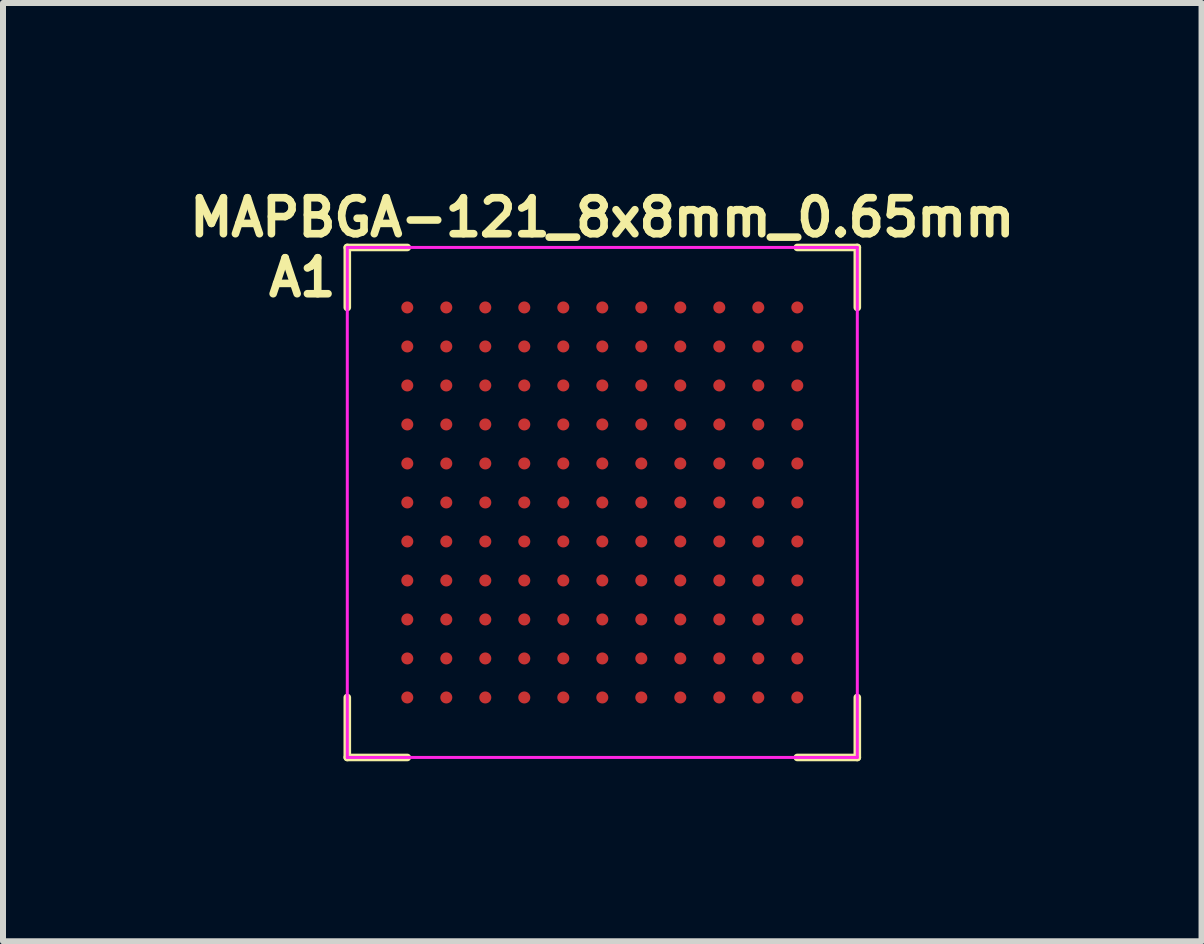
<source format=kicad_pcb>
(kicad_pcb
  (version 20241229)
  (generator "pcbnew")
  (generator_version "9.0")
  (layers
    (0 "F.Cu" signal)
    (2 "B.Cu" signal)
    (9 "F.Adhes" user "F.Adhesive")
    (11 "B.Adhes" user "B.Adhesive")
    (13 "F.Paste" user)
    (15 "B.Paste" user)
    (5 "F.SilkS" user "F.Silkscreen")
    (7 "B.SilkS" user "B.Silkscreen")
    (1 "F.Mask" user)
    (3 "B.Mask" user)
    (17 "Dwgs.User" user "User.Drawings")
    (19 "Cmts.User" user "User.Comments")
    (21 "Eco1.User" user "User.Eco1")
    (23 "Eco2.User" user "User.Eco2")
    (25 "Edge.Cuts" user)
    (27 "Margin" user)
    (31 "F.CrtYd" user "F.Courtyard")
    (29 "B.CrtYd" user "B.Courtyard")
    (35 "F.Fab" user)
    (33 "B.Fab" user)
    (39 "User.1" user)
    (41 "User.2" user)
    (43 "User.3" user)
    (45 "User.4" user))
  (footprint "MAPBGA-121_8x8mm_0.65mm"
    (layer "F.Cu")
    (at 6.988 5.324)
    (property "Reference" "MAPBGA-121_8x8mm_0.65mm" (at 0 -4.75 0) (layer "F.SilkS") (effects (font (size 0.6 0.6) (thickness 0.127))))
    (attr smd)
    (fp_line (start -4.25 -4.25) (end -3.25 -4.25) (stroke (width 0.127) (type solid)) (layer "F.SilkS"))
    (fp_line (start -4.25 -3.25) (end -4.25 -4.25) (stroke (width 0.127) (type solid)) (layer "F.SilkS"))
    (fp_line (start -4.25 4.25) (end -4.25 3.25) (stroke (width 0.127) (type solid)) (layer "F.SilkS"))
    (fp_line (start -3.25 4.25) (end -4.25 4.25) (stroke (width 0.127) (type solid)) (layer "F.SilkS"))
    (fp_line (start 3.25 -4.25) (end 4.25 -4.25) (stroke (width 0.127) (type solid)) (layer "F.SilkS"))
    (fp_line (start 4.25 -4.25) (end 4.25 -3.25) (stroke (width 0.127) (type solid)) (layer "F.SilkS"))
    (fp_line (start 4.25 3.25) (end 4.25 4.25) (stroke (width 0.127) (type solid)) (layer "F.SilkS"))
    (fp_line (start 4.25 4.25) (end 3.25 4.25) (stroke (width 0.127) (type solid)) (layer "F.SilkS"))
    (fp_line (start -4.25 -4.25) (end 4.25 -4.25) (stroke (width 0.05) (type solid)) (layer "F.CrtYd"))
    (fp_line (start -4.25 4.25) (end -4.25 -4.25) (stroke (width 0.05) (type solid)) (layer "F.CrtYd"))
    (fp_line (start 4.25 -4.25) (end 4.25 4.25) (stroke (width 0.05) (type solid)) (layer "F.CrtYd"))
    (fp_line (start 4.25 4.25) (end -4.25 4.25) (stroke (width 0.05) (type solid)) (layer "F.CrtYd"))
    (fp_text user "A1" (at -5 -3.75 0) (layer "F.SilkS") (effects (font (size 0.6 0.6) (thickness 0.127))))
    (pad "A1" smd circle (at -3.25 -3.25) (size 0.2 0.2) (layers "F.Cu" "F.Mask" "F.Paste"))
    (pad "A2" smd circle (at -2.6 -3.25 90) (size 0.2 0.2) (layers "F.Cu" "F.Mask" "F.Paste"))
    (pad "A3" smd circle (at -1.95 -3.25) (size 0.2 0.2) (layers "F.Cu" "F.Mask" "F.Paste"))
    (pad "A4" smd circle (at -1.3 -3.25) (size 0.2 0.2) (layers "F.Cu" "F.Mask" "F.Paste"))
    (pad "A5" smd circle (at -0.65 -3.25) (size 0.2 0.2) (layers "F.Cu" "F.Mask" "F.Paste"))
    (pad "A6" smd circle (at 0 -3.25) (size 0.2 0.2) (layers "F.Cu" "F.Mask" "F.Paste"))
    (pad "A7" smd circle (at 0.65 -3.25) (size 0.2 0.2) (layers "F.Cu" "F.Mask" "F.Paste"))
    (pad "A8" smd circle (at 1.3 -3.25) (size 0.2 0.2) (layers "F.Cu" "F.Mask" "F.Paste"))
    (pad "A9" smd circle (at 1.95 -3.25) (size 0.2 0.2) (layers "F.Cu" "F.Mask" "F.Paste"))
    (pad "A10" smd circle (at 2.6 -3.25) (size 0.2 0.2) (layers "F.Cu" "F.Mask" "F.Paste"))
    (pad "A11" smd circle (at 3.25 -3.25) (size 0.2 0.2) (layers "F.Cu" "F.Mask" "F.Paste"))
    (pad "B1" smd circle (at -3.25 -2.6) (size 0.2 0.2) (layers "F.Cu" "F.Mask" "F.Paste"))
    (pad "B2" smd circle (at -2.6 -2.6) (size 0.2 0.2) (layers "F.Cu" "F.Mask" "F.Paste"))
    (pad "B3" smd circle (at -1.95 -2.6) (size 0.2 0.2) (layers "F.Cu" "F.Mask" "F.Paste"))
    (pad "B4" smd circle (at -1.3 -2.6) (size 0.2 0.2) (layers "F.Cu" "F.Mask" "F.Paste"))
    (pad "B5" smd circle (at -0.65 -2.6) (size 0.2 0.2) (layers "F.Cu" "F.Mask" "F.Paste"))
    (pad "B6" smd circle (at 0 -2.6) (size 0.2 0.2) (layers "F.Cu" "F.Mask" "F.Paste"))
    (pad "B7" smd circle (at 0.65 -2.6) (size 0.2 0.2) (layers "F.Cu" "F.Mask" "F.Paste"))
    (pad "B8" smd circle (at 1.3 -2.6) (size 0.2 0.2) (layers "F.Cu" "F.Mask" "F.Paste"))
    (pad "B9" smd circle (at 1.95 -2.6) (size 0.2 0.2) (layers "F.Cu" "F.Mask" "F.Paste"))
    (pad "B10" smd circle (at 2.6 -2.6) (size 0.2 0.2) (layers "F.Cu" "F.Mask" "F.Paste"))
    (pad "B11" smd circle (at 3.25 -2.6) (size 0.2 0.2) (layers "F.Cu" "F.Mask" "F.Paste"))
    (pad "C1" smd circle (at -3.25 -1.95) (size 0.2 0.2) (layers "F.Cu" "F.Mask" "F.Paste"))
    (pad "C2" smd circle (at -2.6 -1.95) (size 0.2 0.2) (layers "F.Cu" "F.Mask" "F.Paste"))
    (pad "C3" smd circle (at -1.95 -1.95) (size 0.2 0.2) (layers "F.Cu" "F.Mask" "F.Paste"))
    (pad "C4" smd circle (at -1.3 -1.95) (size 0.2 0.2) (layers "F.Cu" "F.Mask" "F.Paste"))
    (pad "C5" smd circle (at -0.65 -1.95) (size 0.2 0.2) (layers "F.Cu" "F.Mask" "F.Paste"))
    (pad "C6" smd circle (at 0 -1.95) (size 0.2 0.2) (layers "F.Cu" "F.Mask" "F.Paste"))
    (pad "C7" smd circle (at 0.65 -1.95) (size 0.2 0.2) (layers "F.Cu" "F.Mask" "F.Paste"))
    (pad "C8" smd circle (at 1.3 -1.95) (size 0.2 0.2) (layers "F.Cu" "F.Mask" "F.Paste"))
    (pad "C9" smd circle (at 1.95 -1.95) (size 0.2 0.2) (layers "F.Cu" "F.Mask" "F.Paste"))
    (pad "C10" smd circle (at 2.6 -1.95) (size 0.2 0.2) (layers "F.Cu" "F.Mask" "F.Paste"))
    (pad "C11" smd circle (at 3.25 -1.95) (size 0.2 0.2) (layers "F.Cu" "F.Mask" "F.Paste"))
    (pad "D1" smd circle (at -3.25 -1.3) (size 0.2 0.2) (layers "F.Cu" "F.Mask" "F.Paste"))
    (pad "D2" smd circle (at -2.6 -1.3) (size 0.2 0.2) (layers "F.Cu" "F.Mask" "F.Paste"))
    (pad "D3" smd circle (at -1.95 -1.3) (size 0.2 0.2) (layers "F.Cu" "F.Mask" "F.Paste"))
    (pad "D4" smd circle (at -1.3 -1.3) (size 0.2 0.2) (layers "F.Cu" "F.Mask" "F.Paste"))
    (pad "D5" smd circle (at -0.65 -1.3) (size 0.2 0.2) (layers "F.Cu" "F.Mask" "F.Paste"))
    (pad "D6" smd circle (at 0 -1.3) (size 0.2 0.2) (layers "F.Cu" "F.Mask" "F.Paste"))
    (pad "D7" smd circle (at 0.65 -1.3) (size 0.2 0.2) (layers "F.Cu" "F.Mask" "F.Paste"))
    (pad "D8" smd circle (at 1.3 -1.3) (size 0.2 0.2) (layers "F.Cu" "F.Mask" "F.Paste"))
    (pad "D9" smd circle (at 1.95 -1.3) (size 0.2 0.2) (layers "F.Cu" "F.Mask" "F.Paste"))
    (pad "D10" smd circle (at 2.6 -1.3) (size 0.2 0.2) (layers "F.Cu" "F.Mask" "F.Paste"))
    (pad "D11" smd circle (at 3.25 -1.3) (size 0.2 0.2) (layers "F.Cu" "F.Mask" "F.Paste"))
    (pad "E1" smd circle (at -3.25 -0.65) (size 0.2 0.2) (layers "F.Cu" "F.Mask" "F.Paste"))
    (pad "E2" smd circle (at -2.6 -0.65) (size 0.2 0.2) (layers "F.Cu" "F.Mask" "F.Paste"))
    (pad "E3" smd circle (at -1.95 -0.65) (size 0.2 0.2) (layers "F.Cu" "F.Mask" "F.Paste"))
    (pad "E4" smd circle (at -1.3 -0.65) (size 0.2 0.2) (layers "F.Cu" "F.Mask" "F.Paste"))
    (pad "E5" smd circle (at -0.65 -0.65) (size 0.2 0.2) (layers "F.Cu" "F.Mask" "F.Paste"))
    (pad "E6" smd circle (at 0 -0.65) (size 0.2 0.2) (layers "F.Cu" "F.Mask" "F.Paste"))
    (pad "E7" smd circle (at 0.65 -0.65) (size 0.2 0.2) (layers "F.Cu" "F.Mask" "F.Paste"))
    (pad "E8" smd circle (at 1.3 -0.65) (size 0.2 0.2) (layers "F.Cu" "F.Mask" "F.Paste"))
    (pad "E9" smd circle (at 1.95 -0.65) (size 0.2 0.2) (layers "F.Cu" "F.Mask" "F.Paste"))
    (pad "E10" smd circle (at 2.6 -0.65) (size 0.2 0.2) (layers "F.Cu" "F.Mask" "F.Paste"))
    (pad "E11" smd circle (at 3.25 -0.65) (size 0.2 0.2) (layers "F.Cu" "F.Mask" "F.Paste"))
    (pad "F1" smd circle (at -3.25 0) (size 0.2 0.2) (layers "F.Cu" "F.Mask" "F.Paste"))
    (pad "F2" smd circle (at -2.6 0) (size 0.2 0.2) (layers "F.Cu" "F.Mask" "F.Paste"))
    (pad "F3" smd circle (at -1.95 0) (size 0.2 0.2) (layers "F.Cu" "F.Mask" "F.Paste"))
    (pad "F4" smd circle (at -1.3 0) (size 0.2 0.2) (layers "F.Cu" "F.Mask" "F.Paste"))
    (pad "F5" smd circle (at -0.65 0) (size 0.2 0.2) (layers "F.Cu" "F.Mask" "F.Paste"))
    (pad "F6" smd circle (at 0 0) (size 0.2 0.2) (layers "F.Cu" "F.Mask" "F.Paste"))
    (pad "F7" smd circle (at 0.65 0) (size 0.2 0.2) (layers "F.Cu" "F.Mask" "F.Paste"))
    (pad "F8" smd circle (at 1.3 0) (size 0.2 0.2) (layers "F.Cu" "F.Mask" "F.Paste"))
    (pad "F9" smd circle (at 1.95 0) (size 0.2 0.2) (layers "F.Cu" "F.Mask" "F.Paste"))
    (pad "F10" smd circle (at 2.6 0) (size 0.2 0.2) (layers "F.Cu" "F.Mask" "F.Paste"))
    (pad "F11" smd circle (at 3.25 0) (size 0.2 0.2) (layers "F.Cu" "F.Mask" "F.Paste"))
    (pad "G1" smd circle (at -3.25 0.65) (size 0.2 0.2) (layers "F.Cu" "F.Mask" "F.Paste"))
    (pad "G2" smd circle (at -2.6 0.65) (size 0.2 0.2) (layers "F.Cu" "F.Mask" "F.Paste"))
    (pad "G3" smd circle (at -1.95 0.65) (size 0.2 0.2) (layers "F.Cu" "F.Mask" "F.Paste"))
    (pad "G4" smd circle (at -1.3 0.65) (size 0.2 0.2) (layers "F.Cu" "F.Mask" "F.Paste"))
    (pad "G5" smd circle (at -0.65 0.65) (size 0.2 0.2) (layers "F.Cu" "F.Mask" "F.Paste"))
    (pad "G6" smd circle (at 0 0.65) (size 0.2 0.2) (layers "F.Cu" "F.Mask" "F.Paste"))
    (pad "G7" smd circle (at 0.65 0.65) (size 0.2 0.2) (layers "F.Cu" "F.Mask" "F.Paste"))
    (pad "G8" smd circle (at 1.3 0.65) (size 0.2 0.2) (layers "F.Cu" "F.Mask" "F.Paste"))
    (pad "G9" smd circle (at 1.95 0.65) (size 0.2 0.2) (layers "F.Cu" "F.Mask" "F.Paste"))
    (pad "G10" smd circle (at 2.6 0.65) (size 0.2 0.2) (layers "F.Cu" "F.Mask" "F.Paste"))
    (pad "G11" smd circle (at 3.25 0.65) (size 0.2 0.2) (layers "F.Cu" "F.Mask" "F.Paste"))
    (pad "H1" smd circle (at -3.25 1.3) (size 0.2 0.2) (layers "F.Cu" "F.Mask" "F.Paste"))
    (pad "H2" smd circle (at -2.6 1.3) (size 0.2 0.2) (layers "F.Cu" "F.Mask" "F.Paste"))
    (pad "H3" smd circle (at -1.95 1.3) (size 0.2 0.2) (layers "F.Cu" "F.Mask" "F.Paste"))
    (pad "H4" smd circle (at -1.3 1.3) (size 0.2 0.2) (layers "F.Cu" "F.Mask" "F.Paste"))
    (pad "H5" smd circle (at -0.65 1.3) (size 0.2 0.2) (layers "F.Cu" "F.Mask" "F.Paste"))
    (pad "H6" smd circle (at 0 1.3) (size 0.2 0.2) (layers "F.Cu" "F.Mask" "F.Paste"))
    (pad "H7" smd circle (at 0.65 1.3) (size 0.2 0.2) (layers "F.Cu" "F.Mask" "F.Paste"))
    (pad "H8" smd circle (at 1.3 1.3) (size 0.2 0.2) (layers "F.Cu" "F.Mask" "F.Paste"))
    (pad "H9" smd circle (at 1.95 1.3) (size 0.2 0.2) (layers "F.Cu" "F.Mask" "F.Paste"))
    (pad "H10" smd circle (at 2.6 1.3) (size 0.2 0.2) (layers "F.Cu" "F.Mask" "F.Paste"))
    (pad "H11" smd circle (at 3.25 1.3) (size 0.2 0.2) (layers "F.Cu" "F.Mask" "F.Paste"))
    (pad "J1" smd circle (at -3.25 1.95) (size 0.2 0.2) (layers "F.Cu" "F.Mask" "F.Paste"))
    (pad "J2" smd circle (at -2.6 1.95) (size 0.2 0.2) (layers "F.Cu" "F.Mask" "F.Paste"))
    (pad "J3" smd circle (at -1.95 1.95) (size 0.2 0.2) (layers "F.Cu" "F.Mask" "F.Paste"))
    (pad "J4" smd circle (at -1.3 1.95) (size 0.2 0.2) (layers "F.Cu" "F.Mask" "F.Paste"))
    (pad "J5" smd circle (at -0.65 1.95) (size 0.2 0.2) (layers "F.Cu" "F.Mask" "F.Paste"))
    (pad "J6" smd circle (at 0 1.95) (size 0.2 0.2) (layers "F.Cu" "F.Mask" "F.Paste"))
    (pad "J7" smd circle (at 0.65 1.95) (size 0.2 0.2) (layers "F.Cu" "F.Mask" "F.Paste"))
    (pad "J8" smd circle (at 1.3 1.95) (size 0.2 0.2) (layers "F.Cu" "F.Mask" "F.Paste"))
    (pad "J9" smd circle (at 1.95 1.95) (size 0.2 0.2) (layers "F.Cu" "F.Mask" "F.Paste"))
    (pad "J10" smd circle (at 2.6 1.95) (size 0.2 0.2) (layers "F.Cu" "F.Mask" "F.Paste"))
    (pad "J11" smd circle (at 3.25 1.95) (size 0.2 0.2) (layers "F.Cu" "F.Mask" "F.Paste"))
    (pad "K1" smd circle (at -3.25 2.6) (size 0.2 0.2) (layers "F.Cu" "F.Mask" "F.Paste"))
    (pad "K2" smd circle (at -2.6 2.6) (size 0.2 0.2) (layers "F.Cu" "F.Mask" "F.Paste"))
    (pad "K3" smd circle (at -1.95 2.6) (size 0.2 0.2) (layers "F.Cu" "F.Mask" "F.Paste"))
    (pad "K4" smd circle (at -1.3 2.6) (size 0.2 0.2) (layers "F.Cu" "F.Mask" "F.Paste"))
    (pad "K5" smd circle (at -0.65 2.6) (size 0.2 0.2) (layers "F.Cu" "F.Mask" "F.Paste"))
    (pad "K6" smd circle (at 0 2.6) (size 0.2 0.2) (layers "F.Cu" "F.Mask" "F.Paste"))
    (pad "K7" smd circle (at 0.65 2.6) (size 0.2 0.2) (layers "F.Cu" "F.Mask" "F.Paste"))
    (pad "K8" smd circle (at 1.3 2.6) (size 0.2 0.2) (layers "F.Cu" "F.Mask" "F.Paste"))
    (pad "K9" smd circle (at 1.95 2.6) (size 0.2 0.2) (layers "F.Cu" "F.Mask" "F.Paste"))
    (pad "K10" smd circle (at 2.6 2.6) (size 0.2 0.2) (layers "F.Cu" "F.Mask" "F.Paste"))
    (pad "K11" smd circle (at 3.25 2.6) (size 0.2 0.2) (layers "F.Cu" "F.Mask" "F.Paste"))
    (pad "L1" smd circle (at -3.25 3.25) (size 0.2 0.2) (layers "F.Cu" "F.Mask" "F.Paste"))
    (pad "L2" smd circle (at -2.6 3.25) (size 0.2 0.2) (layers "F.Cu" "F.Mask" "F.Paste"))
    (pad "L3" smd circle (at -1.95 3.25) (size 0.2 0.2) (layers "F.Cu" "F.Mask" "F.Paste"))
    (pad "L4" smd circle (at -1.3 3.25) (size 0.2 0.2) (layers "F.Cu" "F.Mask" "F.Paste"))
    (pad "L5" smd circle (at -0.65 3.25) (size 0.2 0.2) (layers "F.Cu" "F.Mask" "F.Paste"))
    (pad "L6" smd circle (at 0 3.25) (size 0.2 0.2) (layers "F.Cu" "F.Mask" "F.Paste"))
    (pad "L7" smd circle (at 0.65 3.25) (size 0.2 0.2) (layers "F.Cu" "F.Mask" "F.Paste"))
    (pad "L8" smd circle (at 1.3 3.25) (size 0.2 0.2) (layers "F.Cu" "F.Mask" "F.Paste"))
    (pad "L9" smd circle (at 1.95 3.25) (size 0.2 0.2) (layers "F.Cu" "F.Mask" "F.Paste"))
    (pad "L10" smd circle (at 2.6 3.25) (size 0.2 0.2) (layers "F.Cu" "F.Mask" "F.Paste"))
    (pad "L11" smd circle (at 3.25 3.25) (size 0.2 0.2) (layers "F.Cu" "F.Mask" "F.Paste")))
  (gr_rect
    (start -3 -3)
    (end 16.975 12.637)
    (stroke (width 0.1) (type default))
    (fill no)
    (layer "Edge.Cuts")))
</source>
